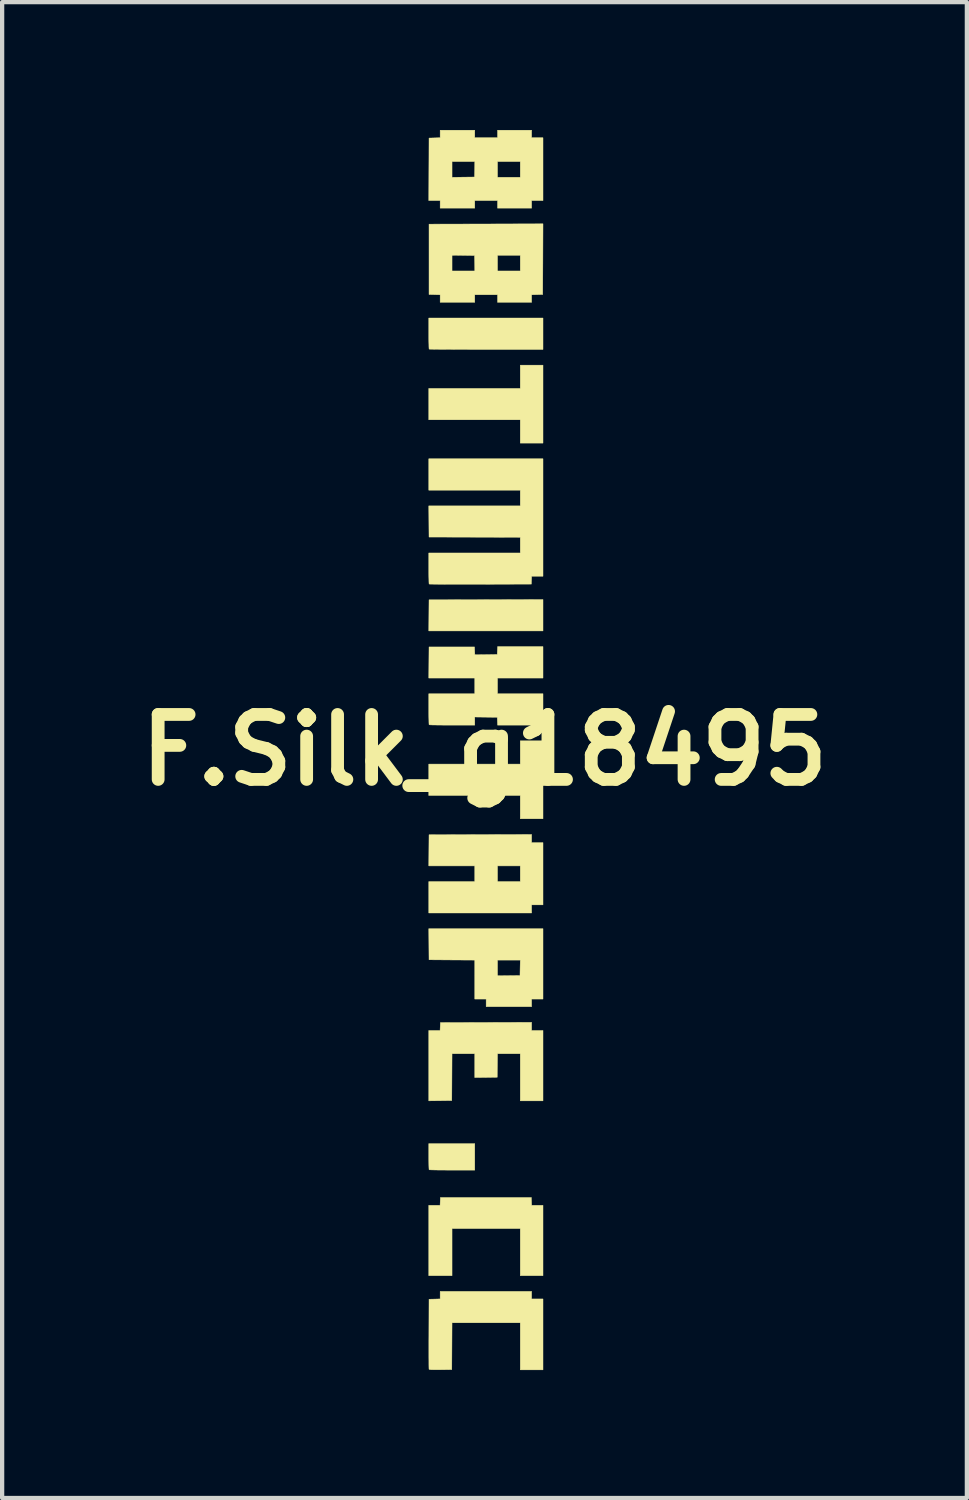
<source format=kicad_pcb>
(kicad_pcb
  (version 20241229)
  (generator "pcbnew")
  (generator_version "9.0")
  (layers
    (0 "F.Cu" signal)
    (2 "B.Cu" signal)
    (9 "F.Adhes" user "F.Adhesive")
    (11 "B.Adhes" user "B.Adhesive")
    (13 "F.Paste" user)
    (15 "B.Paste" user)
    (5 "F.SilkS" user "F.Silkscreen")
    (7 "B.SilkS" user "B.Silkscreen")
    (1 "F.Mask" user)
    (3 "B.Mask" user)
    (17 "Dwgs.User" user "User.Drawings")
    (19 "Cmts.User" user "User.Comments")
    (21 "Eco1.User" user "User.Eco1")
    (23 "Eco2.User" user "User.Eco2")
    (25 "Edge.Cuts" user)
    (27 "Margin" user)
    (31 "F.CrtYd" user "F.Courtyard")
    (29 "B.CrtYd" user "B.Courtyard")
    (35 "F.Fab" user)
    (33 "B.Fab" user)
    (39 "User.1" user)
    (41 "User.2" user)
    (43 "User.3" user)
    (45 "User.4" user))
  (footprint "F.Silk_g18495"
    (layer "F.Cu")
    (at 8.317 14.546)
    (property "Reference" "F.Silk_g18495" (at 0 0 0) (layer "F.SilkS") (effects (font (size 1.524 1.524) (thickness 0.3))))
    (attr through_hole)
    (fp_poly (pts (xy 1.372 -2.794) (xy -1.308 -2.794) (xy -1.302 -3.524) (xy 0.035 -3.527) (xy 1.372 -3.531) (xy 1.372 -2.794)) (stroke (width 0.01) (type solid)) (fill yes) (layer "F.SilkS"))
    (fp_poly (pts (xy 1.372 -7.201) (xy 0.838 -7.201) (xy 0.838 -7.747) (xy -1.308 -7.747) (xy -1.308 -8.484) (xy 0.838 -8.484) (xy 0.838 -9.03) (xy 1.372 -9.03) (xy 1.372 -7.201)) (stroke (width 0.01) (type solid)) (fill yes) (layer "F.SilkS"))
    (fp_poly (pts (xy 1.372 1.613) (xy 0.838 1.613) (xy 0.838 1.067) (xy -1.308 1.067) (xy -1.308 0.33) (xy 0.838 0.33) (xy 0.838 -0.216) (xy 1.372 -0.216) (xy 1.372 1.613)) (stroke (width 0.01) (type solid)) (fill yes) (layer "F.SilkS"))
    (fp_poly (pts (xy 1.106 10.681) (xy 1.372 10.681) (xy 1.372 12.332) (xy 0.838 12.332) (xy 0.838 11.227) (xy -0.762 11.227) (xy -0.762 12.332) (xy -1.308 12.332) (xy -1.308 10.681) (xy -1.043 10.681) (xy -1.039 10.589) (xy -1.035 10.497) (xy 1.099 10.497) (xy 1.106 10.681)) (stroke (width 0.01) (type solid)) (fill yes) (layer "F.SilkS"))
    (fp_poly (pts (xy -0.229 9.855) (xy -0.76 9.855) (xy -0.874 9.855) (xy -0.979 9.854) (xy -1.075 9.854) (xy -1.157 9.852) (xy -1.222 9.851) (xy -1.27 9.849) (xy -1.296 9.848) (xy -1.3 9.847) (xy -1.302 9.832) (xy -1.304 9.796) (xy -1.306 9.741) (xy -1.307 9.672) (xy -1.308 9.592) (xy -1.308 9.536) (xy -1.308 9.233) (xy -0.229 9.233) (xy -0.229 9.855)) (stroke (width 0.01) (type solid)) (fill yes) (layer "F.SilkS"))
    (fp_poly (pts (xy 1.105 2.172) (xy 1.372 2.172) (xy 1.372 3.632) (xy 1.105 3.632) (xy 1.105 3.823) (xy -1.308 3.823) (xy -1.308 3.086) (xy -0.229 3.086) (xy -0.229 2.718) (xy 0.305 2.718) (xy 0.305 3.086) (xy 0.838 3.086) (xy 0.838 2.718) (xy 0.305 2.718) (xy -0.229 2.718) (xy -1.308 2.718) (xy -1.302 1.988) (xy -0.098 1.984) (xy 1.105 1.981) (xy 1.105 2.172)) (stroke (width 0.01) (type solid)) (fill yes) (layer "F.SilkS"))
    (fp_poly (pts (xy 1.372 5.842) (xy 1.105 5.842) (xy 1.105 6.02) (xy 0.038 6.02) (xy 0.038 5.842) (xy -0.229 5.842) (xy -0.229 4.928) (xy -0.273 4.928) (xy 0.305 4.928) (xy 0.305 5.296) (xy 0.568 5.293) (xy 0.832 5.29) (xy 0.835 5.109) (xy 0.839 4.928) (xy 0.305 4.928) (xy -0.273 4.928) (xy -0.765 4.925) (xy -1.302 4.921) (xy -1.308 4.191) (xy 1.372 4.191) (xy 1.372 5.842)) (stroke (width 0.01) (type solid)) (fill yes) (layer "F.SilkS"))
    (fp_poly (pts (xy 1.105 6.579) (xy 1.372 6.579) (xy 1.372 8.23) (xy 0.838 8.23) (xy 0.838 7.125) (xy 0.305 7.125) (xy 0.302 7.401) (xy 0.298 7.677) (xy 0.035 7.681) (xy -0.229 7.684) (xy -0.229 7.125) (xy -0.762 7.125) (xy -0.765 7.674) (xy -0.768 8.223) (xy -1.038 8.227) (xy -1.308 8.23) (xy -1.308 6.579) (xy -1.043 6.579) (xy -1.039 6.487) (xy -1.035 6.394) (xy 0.035 6.391) (xy 1.105 6.388) (xy 1.105 6.579)) (stroke (width 0.01) (type solid)) (fill yes) (layer "F.SilkS"))
    (fp_poly (pts (xy 1.372 -9.398) (xy 0.04 -9.398) (xy -0.142 -9.398) (xy -0.316 -9.398) (xy -0.482 -9.399) (xy -0.637 -9.399) (xy -0.78 -9.4) (xy -0.909 -9.401) (xy -1.023 -9.401) (xy -1.119 -9.402) (xy -1.197 -9.403) (xy -1.254 -9.404) (xy -1.289 -9.405) (xy -1.3 -9.406) (xy -1.302 -9.421) (xy -1.304 -9.457) (xy -1.305 -9.513) (xy -1.307 -9.584) (xy -1.308 -9.667) (xy -1.308 -9.759) (xy -1.308 -9.775) (xy -1.308 -10.135) (xy 1.372 -10.135) (xy 1.372 -9.398)) (stroke (width 0.01) (type solid)) (fill yes) (layer "F.SilkS"))
    (fp_poly (pts (xy 1.369 -11.516) (xy 1.365 -10.687) (xy 1.105 -10.68) (xy 1.105 -10.503) (xy 0.305 -10.503) (xy 0.305 -10.681) (xy -0.229 -10.681) (xy -0.229 -10.503) (xy -1.041 -10.503) (xy -1.041 -10.68) (xy -1.302 -10.687) (xy -1.302 -11.239) (xy -0.762 -11.239) (xy -0.228 -11.239) (xy -0.231 -11.42) (xy -0.235 -11.601) (xy -0.722 -11.608) (xy 0.305 -11.608) (xy 0.305 -11.239) (xy 0.838 -11.239) (xy 0.838 -11.608) (xy 0.305 -11.608) (xy -0.722 -11.608) (xy -0.762 -11.608) (xy -0.762 -11.239) (xy -1.302 -11.239) (xy -1.302 -12.338) (xy 0.035 -12.341) (xy 1.372 -12.345) (xy 1.369 -11.516)) (stroke (width 0.01) (type solid)) (fill yes) (layer "F.SilkS"))
    (fp_poly (pts (xy 1.105 12.878) (xy 1.372 12.878) (xy 1.372 14.541) (xy 0.838 14.541) (xy 0.838 13.437) (xy -0.762 13.437) (xy -0.765 13.986) (xy -0.768 14.535) (xy -1.032 14.539) (xy -1.125 14.539) (xy -1.196 14.539) (xy -1.246 14.538) (xy -1.279 14.535) (xy -1.297 14.531) (xy -1.302 14.526) (xy -1.303 14.511) (xy -1.304 14.472) (xy -1.305 14.413) (xy -1.305 14.334) (xy -1.306 14.239) (xy -1.306 14.13) (xy -1.306 14.008) (xy -1.306 13.876) (xy -1.305 13.736) (xy -1.305 13.697) (xy -1.302 12.884) (xy -1.172 12.881) (xy -1.041 12.877) (xy -1.041 12.7) (xy 1.105 12.7) (xy 1.105 12.878)) (stroke (width 0.01) (type solid)) (fill yes) (layer "F.SilkS"))
    (fp_poly (pts (xy 1.372 -4.077) (xy 1.106 -4.077) (xy 1.099 -3.893) (xy -0.096 -3.889) (xy -0.268 -3.889) (xy -0.433 -3.889) (xy -0.589 -3.889) (xy -0.734 -3.889) (xy -0.866 -3.889) (xy -0.984 -3.89) (xy -1.087 -3.89) (xy -1.171 -3.891) (xy -1.235 -3.892) (xy -1.278 -3.893) (xy -1.298 -3.894) (xy -1.3 -3.895) (xy -1.302 -3.909) (xy -1.304 -3.946) (xy -1.305 -4.001) (xy -1.307 -4.072) (xy -1.308 -4.155) (xy -1.308 -4.247) (xy -1.308 -4.263) (xy -1.308 -4.623) (xy 0.838 -4.623) (xy 0.838 -4.991) (xy -1.302 -4.997) (xy -1.308 -5.728) (xy 0.838 -5.728) (xy 0.838 -6.096) (xy -1.308 -6.096) (xy -1.308 -6.833) (xy 1.372 -6.833) (xy 1.372 -4.077)) (stroke (width 0.01) (type solid)) (fill yes) (layer "F.SilkS"))
    (fp_poly (pts (xy -0.229 -14.364) (xy 0.305 -14.364) (xy 0.305 -14.541) (xy 1.105 -14.541) (xy 1.105 -14.364) (xy 1.372 -14.364) (xy 1.372 -12.89) (xy 1.105 -12.89) (xy 1.105 -12.713) (xy 0.305 -12.713) (xy 0.305 -12.89) (xy -0.229 -12.89) (xy -0.229 -12.713) (xy -1.041 -12.713) (xy -1.041 -12.89) (xy -1.308 -12.89) (xy -1.305 -13.624) (xy -1.304 -13.805) (xy -0.762 -13.805) (xy -0.762 -13.436) (xy -0.498 -13.44) (xy -0.235 -13.443) (xy -0.231 -13.624) (xy -0.228 -13.805) (xy 0.305 -13.805) (xy 0.305 -13.437) (xy 0.838 -13.437) (xy 0.838 -13.805) (xy 0.305 -13.805) (xy -0.228 -13.805) (xy -0.762 -13.805) (xy -1.304 -13.805) (xy -1.302 -14.357) (xy -1.172 -14.361) (xy -1.041 -14.365) (xy -1.041 -14.541) (xy -0.229 -14.541) (xy -0.229 -14.364)) (stroke (width 0.01) (type solid)) (fill yes) (layer "F.SilkS"))
    (fp_poly (pts (xy 1.372 -1.689) (xy 0.305 -1.689) (xy 0.305 -1.321) (xy 1.372 -1.321) (xy 1.372 -0.584) (xy 0.306 -0.584) (xy 0.298 -0.768) (xy -0.229 -0.775) (xy -0.229 -0.584) (xy -0.76 -0.584) (xy -0.874 -0.584) (xy -0.979 -0.585) (xy -1.075 -0.586) (xy -1.157 -0.587) (xy -1.222 -0.588) (xy -1.27 -0.59) (xy -1.296 -0.592) (xy -1.3 -0.593) (xy -1.302 -0.607) (xy -1.304 -0.644) (xy -1.305 -0.699) (xy -1.307 -0.77) (xy -1.308 -0.853) (xy -1.308 -0.945) (xy -1.308 -0.961) (xy -1.308 -1.321) (xy -0.229 -1.321) (xy -0.229 -1.689) (xy -1.308 -1.689) (xy -1.302 -2.419) (xy -0.235 -2.419) (xy -0.231 -2.327) (xy -0.227 -2.235) (xy 0.035 -2.238) (xy 0.298 -2.242) (xy 0.306 -2.426) (xy 1.372 -2.426) (xy 1.372 -1.689)) (stroke (width 0.01) (type solid)) (fill yes) (layer "F.SilkS")))
  (gr_rect
    (start -3 -3)
    (end 19.633 32.093)
    (stroke (width 0.1) (type default))
    (fill no)
    (layer "Edge.Cuts")))
</source>
